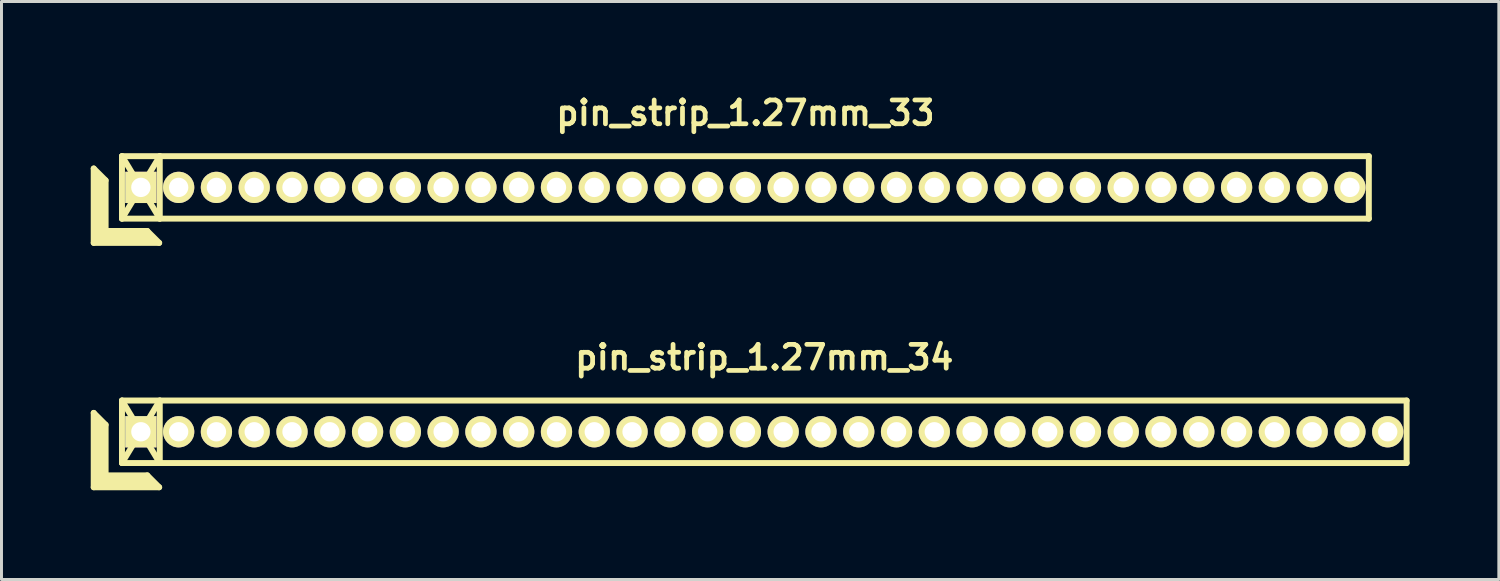
<source format=kicad_pcb>
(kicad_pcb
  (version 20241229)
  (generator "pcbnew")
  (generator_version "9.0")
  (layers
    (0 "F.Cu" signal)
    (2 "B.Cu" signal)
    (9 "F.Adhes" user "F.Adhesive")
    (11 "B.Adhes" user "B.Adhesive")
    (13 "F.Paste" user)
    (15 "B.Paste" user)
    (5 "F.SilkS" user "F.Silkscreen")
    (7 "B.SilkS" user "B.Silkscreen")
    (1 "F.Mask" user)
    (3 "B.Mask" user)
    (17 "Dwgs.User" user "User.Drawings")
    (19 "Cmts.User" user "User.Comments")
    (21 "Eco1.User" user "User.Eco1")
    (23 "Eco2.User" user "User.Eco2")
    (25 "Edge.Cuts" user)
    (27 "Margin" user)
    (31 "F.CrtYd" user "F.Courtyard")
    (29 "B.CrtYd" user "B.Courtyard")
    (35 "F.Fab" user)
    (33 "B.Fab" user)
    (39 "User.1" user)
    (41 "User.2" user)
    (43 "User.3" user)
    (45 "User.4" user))
  (footprint "pin_strip_1.27mm_33"
    (layer "F.Cu")
    (at 22.005 3.249)
    (property "Reference" "pin_strip_1.27mm_33" (at 0 -2.5 0) (layer "F.SilkS") (effects (font (size 0.8 0.8) (thickness 0.16))))
    (attr through_hole)
    (fp_line (start -21.905 -0.635) (end -21.905 1.865) (stroke (width 0.2) (type solid)) (layer "F.SilkS"))
    (fp_line (start -21.905 -0.635) (end -21.505 -0.235) (stroke (width 0.2) (type solid)) (layer "F.SilkS"))
    (fp_line (start -21.905 1.865) (end -19.705 1.865) (stroke (width 0.2) (type solid)) (layer "F.SilkS"))
    (fp_line (start -21.805 1.765) (end -21.805 -0.435) (stroke (width 0.2) (type solid)) (layer "F.SilkS"))
    (fp_line (start -21.805 1.765) (end -19.905 1.765) (stroke (width 0.2) (type solid)) (layer "F.SilkS"))
    (fp_line (start -21.705 1.665) (end -21.705 -0.335) (stroke (width 0.2) (type solid)) (layer "F.SilkS"))
    (fp_line (start -21.705 1.665) (end -20.005 1.665) (stroke (width 0.2) (type solid)) (layer "F.SilkS"))
    (fp_line (start -21.605 1.565) (end -21.605 -0.235) (stroke (width 0.2) (type solid)) (layer "F.SilkS"))
    (fp_line (start -21.605 1.565) (end -20.105 1.565) (stroke (width 0.2) (type solid)) (layer "F.SilkS"))
    (fp_line (start -21.505 1.465) (end -21.505 -0.235) (stroke (width 0.2) (type solid)) (layer "F.SilkS"))
    (fp_line (start -21.505 1.465) (end -20.105 1.465) (stroke (width 0.2) (type solid)) (layer "F.SilkS"))
    (fp_line (start -20.955 -1.05) (end -19.685 1.05) (stroke (width 0.2) (type solid)) (layer "F.SilkS"))
    (fp_line (start -20.955 -1.05) (end 20.955 -1.05) (stroke (width 0.2) (type solid)) (layer "F.SilkS"))
    (fp_line (start -20.955 1.05) (end -20.955 -1.05) (stroke (width 0.2) (type solid)) (layer "F.SilkS"))
    (fp_line (start -20.955 1.05) (end -19.685 -1.05) (stroke (width 0.2) (type solid)) (layer "F.SilkS"))
    (fp_line (start -20.105 1.465) (end -19.705 1.865) (stroke (width 0.2) (type solid)) (layer "F.SilkS"))
    (fp_line (start -19.685 -1.05) (end -19.685 1.05) (stroke (width 0.2) (type solid)) (layer "F.SilkS"))
    (fp_line (start 20.955 -1.05) (end 20.955 1.05) (stroke (width 0.2) (type solid)) (layer "F.SilkS"))
    (fp_line (start 20.955 1.05) (end -20.955 1.05) (stroke (width 0.2) (type solid)) (layer "F.SilkS"))
    (pad "1" thru_hole rect (at -20.32 0) (size 1.05 1.05) (drill 0.65) (layers "*.Cu" "*.Mask" "F.SilkS"))
    (pad "2" thru_hole oval (at -19.05 0) (size 1.05 1.05) (drill 0.65) (layers "*.Cu" "*.Mask" "F.SilkS"))
    (pad "3" thru_hole oval (at -17.78 0) (size 1.05 1.05) (drill 0.65) (layers "*.Cu" "*.Mask" "F.SilkS"))
    (pad "4" thru_hole oval (at -16.51 0) (size 1.05 1.05) (drill 0.65) (layers "*.Cu" "*.Mask" "F.SilkS"))
    (pad "5" thru_hole oval (at -15.24 0) (size 1.05 1.05) (drill 0.65) (layers "*.Cu" "*.Mask" "F.SilkS"))
    (pad "6" thru_hole oval (at -13.97 0) (size 1.05 1.05) (drill 0.65) (layers "*.Cu" "*.Mask" "F.SilkS"))
    (pad "7" thru_hole oval (at -12.7 0) (size 1.05 1.05) (drill 0.65) (layers "*.Cu" "*.Mask" "F.SilkS"))
    (pad "8" thru_hole oval (at -11.43 0) (size 1.05 1.05) (drill 0.65) (layers "*.Cu" "*.Mask" "F.SilkS"))
    (pad "9" thru_hole oval (at -10.16 0) (size 1.05 1.05) (drill 0.65) (layers "*.Cu" "*.Mask" "F.SilkS"))
    (pad "10" thru_hole oval (at -8.89 0) (size 1.05 1.05) (drill 0.65) (layers "*.Cu" "*.Mask" "F.SilkS"))
    (pad "11" thru_hole oval (at -7.62 0) (size 1.05 1.05) (drill 0.65) (layers "*.Cu" "*.Mask" "F.SilkS"))
    (pad "12" thru_hole oval (at -6.35 0) (size 1.05 1.05) (drill 0.65) (layers "*.Cu" "*.Mask" "F.SilkS"))
    (pad "13" thru_hole oval (at -5.08 0) (size 1.05 1.05) (drill 0.65) (layers "*.Cu" "*.Mask" "F.SilkS"))
    (pad "14" thru_hole oval (at -3.81 0) (size 1.05 1.05) (drill 0.65) (layers "*.Cu" "*.Mask" "F.SilkS"))
    (pad "15" thru_hole oval (at -2.54 0) (size 1.05 1.05) (drill 0.65) (layers "*.Cu" "*.Mask" "F.SilkS"))
    (pad "16" thru_hole oval (at -1.27 0) (size 1.05 1.05) (drill 0.65) (layers "*.Cu" "*.Mask" "F.SilkS"))
    (pad "17" thru_hole oval (at 0 0) (size 1.05 1.05) (drill 0.65) (layers "*.Cu" "*.Mask" "F.SilkS"))
    (pad "18" thru_hole oval (at 1.27 0) (size 1.05 1.05) (drill 0.65) (layers "*.Cu" "*.Mask" "F.SilkS"))
    (pad "19" thru_hole oval (at 2.54 0) (size 1.05 1.05) (drill 0.65) (layers "*.Cu" "*.Mask" "F.SilkS"))
    (pad "20" thru_hole oval (at 3.81 0) (size 1.05 1.05) (drill 0.65) (layers "*.Cu" "*.Mask" "F.SilkS"))
    (pad "21" thru_hole oval (at 5.08 0) (size 1.05 1.05) (drill 0.65) (layers "*.Cu" "*.Mask" "F.SilkS"))
    (pad "22" thru_hole oval (at 6.35 0) (size 1.05 1.05) (drill 0.65) (layers "*.Cu" "*.Mask" "F.SilkS"))
    (pad "23" thru_hole oval (at 7.62 0) (size 1.05 1.05) (drill 0.65) (layers "*.Cu" "*.Mask" "F.SilkS"))
    (pad "24" thru_hole oval (at 8.89 0) (size 1.05 1.05) (drill 0.65) (layers "*.Cu" "*.Mask" "F.SilkS"))
    (pad "25" thru_hole oval (at 10.16 0) (size 1.05 1.05) (drill 0.65) (layers "*.Cu" "*.Mask" "F.SilkS"))
    (pad "26" thru_hole oval (at 11.43 0) (size 1.05 1.05) (drill 0.65) (layers "*.Cu" "*.Mask" "F.SilkS"))
    (pad "27" thru_hole oval (at 12.7 0) (size 1.05 1.05) (drill 0.65) (layers "*.Cu" "*.Mask" "F.SilkS"))
    (pad "28" thru_hole oval (at 13.97 0) (size 1.05 1.05) (drill 0.65) (layers "*.Cu" "*.Mask" "F.SilkS"))
    (pad "29" thru_hole oval (at 15.24 0) (size 1.05 1.05) (drill 0.65) (layers "*.Cu" "*.Mask" "F.SilkS"))
    (pad "30" thru_hole oval (at 16.51 0) (size 1.05 1.05) (drill 0.65) (layers "*.Cu" "*.Mask" "F.SilkS"))
    (pad "31" thru_hole oval (at 17.78 0) (size 1.05 1.05) (drill 0.65) (layers "*.Cu" "*.Mask" "F.SilkS"))
    (pad "32" thru_hole oval (at 19.05 0) (size 1.05 1.05) (drill 0.65) (layers "*.Cu" "*.Mask" "F.SilkS"))
    (pad "33" thru_hole oval (at 20.32 0) (size 1.05 1.05) (drill 0.65) (layers "*.Cu" "*.Mask" "F.SilkS")))
  (footprint "pin_strip_1.27mm_34"
    (layer "F.Cu")
    (at 22.64 11.463)
    (property "Reference" "pin_strip_1.27mm_34" (at 0 -2.5 0) (layer "F.SilkS") (effects (font (size 0.8 0.8) (thickness 0.16))))
    (attr through_hole)
    (fp_line (start -22.54 -0.635) (end -22.54 1.865) (stroke (width 0.2) (type solid)) (layer "F.SilkS"))
    (fp_line (start -22.54 -0.635) (end -22.14 -0.235) (stroke (width 0.2) (type solid)) (layer "F.SilkS"))
    (fp_line (start -22.54 1.865) (end -20.34 1.865) (stroke (width 0.2) (type solid)) (layer "F.SilkS"))
    (fp_line (start -22.44 1.765) (end -22.44 -0.435) (stroke (width 0.2) (type solid)) (layer "F.SilkS"))
    (fp_line (start -22.44 1.765) (end -20.54 1.765) (stroke (width 0.2) (type solid)) (layer "F.SilkS"))
    (fp_line (start -22.34 1.665) (end -22.34 -0.335) (stroke (width 0.2) (type solid)) (layer "F.SilkS"))
    (fp_line (start -22.34 1.665) (end -20.64 1.665) (stroke (width 0.2) (type solid)) (layer "F.SilkS"))
    (fp_line (start -22.24 1.565) (end -22.24 -0.235) (stroke (width 0.2) (type solid)) (layer "F.SilkS"))
    (fp_line (start -22.24 1.565) (end -20.74 1.565) (stroke (width 0.2) (type solid)) (layer "F.SilkS"))
    (fp_line (start -22.14 1.465) (end -22.14 -0.235) (stroke (width 0.2) (type solid)) (layer "F.SilkS"))
    (fp_line (start -22.14 1.465) (end -20.74 1.465) (stroke (width 0.2) (type solid)) (layer "F.SilkS"))
    (fp_line (start -21.59 -1.05) (end -20.32 1.05) (stroke (width 0.2) (type solid)) (layer "F.SilkS"))
    (fp_line (start -21.59 -1.05) (end 21.59 -1.05) (stroke (width 0.2) (type solid)) (layer "F.SilkS"))
    (fp_line (start -21.59 1.05) (end -21.59 -1.05) (stroke (width 0.2) (type solid)) (layer "F.SilkS"))
    (fp_line (start -21.59 1.05) (end -20.32 -1.05) (stroke (width 0.2) (type solid)) (layer "F.SilkS"))
    (fp_line (start -20.74 1.465) (end -20.34 1.865) (stroke (width 0.2) (type solid)) (layer "F.SilkS"))
    (fp_line (start -20.32 -1.05) (end -20.32 1.05) (stroke (width 0.2) (type solid)) (layer "F.SilkS"))
    (fp_line (start 21.59 -1.05) (end 21.59 1.05) (stroke (width 0.2) (type solid)) (layer "F.SilkS"))
    (fp_line (start 21.59 1.05) (end -21.59 1.05) (stroke (width 0.2) (type solid)) (layer "F.SilkS"))
    (pad "1" thru_hole rect (at -20.955 0) (size 1.05 1.05) (drill 0.65) (layers "*.Cu" "*.Mask" "F.SilkS"))
    (pad "2" thru_hole oval (at -19.685 0) (size 1.05 1.05) (drill 0.65) (layers "*.Cu" "*.Mask" "F.SilkS"))
    (pad "3" thru_hole oval (at -18.415 0) (size 1.05 1.05) (drill 0.65) (layers "*.Cu" "*.Mask" "F.SilkS"))
    (pad "4" thru_hole oval (at -17.145 0) (size 1.05 1.05) (drill 0.65) (layers "*.Cu" "*.Mask" "F.SilkS"))
    (pad "5" thru_hole oval (at -15.875 0) (size 1.05 1.05) (drill 0.65) (layers "*.Cu" "*.Mask" "F.SilkS"))
    (pad "6" thru_hole oval (at -14.605 0) (size 1.05 1.05) (drill 0.65) (layers "*.Cu" "*.Mask" "F.SilkS"))
    (pad "7" thru_hole oval (at -13.335 0) (size 1.05 1.05) (drill 0.65) (layers "*.Cu" "*.Mask" "F.SilkS"))
    (pad "8" thru_hole oval (at -12.065 0) (size 1.05 1.05) (drill 0.65) (layers "*.Cu" "*.Mask" "F.SilkS"))
    (pad "9" thru_hole oval (at -10.795 0) (size 1.05 1.05) (drill 0.65) (layers "*.Cu" "*.Mask" "F.SilkS"))
    (pad "10" thru_hole oval (at -9.525 0) (size 1.05 1.05) (drill 0.65) (layers "*.Cu" "*.Mask" "F.SilkS"))
    (pad "11" thru_hole oval (at -8.255 0) (size 1.05 1.05) (drill 0.65) (layers "*.Cu" "*.Mask" "F.SilkS"))
    (pad "12" thru_hole oval (at -6.985 0) (size 1.05 1.05) (drill 0.65) (layers "*.Cu" "*.Mask" "F.SilkS"))
    (pad "13" thru_hole oval (at -5.715 0) (size 1.05 1.05) (drill 0.65) (layers "*.Cu" "*.Mask" "F.SilkS"))
    (pad "14" thru_hole oval (at -4.445 0) (size 1.05 1.05) (drill 0.65) (layers "*.Cu" "*.Mask" "F.SilkS"))
    (pad "15" thru_hole oval (at -3.175 0) (size 1.05 1.05) (drill 0.65) (layers "*.Cu" "*.Mask" "F.SilkS"))
    (pad "16" thru_hole oval (at -1.905 0) (size 1.05 1.05) (drill 0.65) (layers "*.Cu" "*.Mask" "F.SilkS"))
    (pad "17" thru_hole oval (at -0.635 0) (size 1.05 1.05) (drill 0.65) (layers "*.Cu" "*.Mask" "F.SilkS"))
    (pad "18" thru_hole oval (at 0.635 0) (size 1.05 1.05) (drill 0.65) (layers "*.Cu" "*.Mask" "F.SilkS"))
    (pad "19" thru_hole oval (at 1.905 0) (size 1.05 1.05) (drill 0.65) (layers "*.Cu" "*.Mask" "F.SilkS"))
    (pad "20" thru_hole oval (at 3.175 0) (size 1.05 1.05) (drill 0.65) (layers "*.Cu" "*.Mask" "F.SilkS"))
    (pad "21" thru_hole oval (at 4.445 0) (size 1.05 1.05) (drill 0.65) (layers "*.Cu" "*.Mask" "F.SilkS"))
    (pad "22" thru_hole oval (at 5.715 0) (size 1.05 1.05) (drill 0.65) (layers "*.Cu" "*.Mask" "F.SilkS"))
    (pad "23" thru_hole oval (at 6.985 0) (size 1.05 1.05) (drill 0.65) (layers "*.Cu" "*.Mask" "F.SilkS"))
    (pad "24" thru_hole oval (at 8.255 0) (size 1.05 1.05) (drill 0.65) (layers "*.Cu" "*.Mask" "F.SilkS"))
    (pad "25" thru_hole oval (at 9.525 0) (size 1.05 1.05) (drill 0.65) (layers "*.Cu" "*.Mask" "F.SilkS"))
    (pad "26" thru_hole oval (at 10.795 0) (size 1.05 1.05) (drill 0.65) (layers "*.Cu" "*.Mask" "F.SilkS"))
    (pad "27" thru_hole oval (at 12.065 0) (size 1.05 1.05) (drill 0.65) (layers "*.Cu" "*.Mask" "F.SilkS"))
    (pad "28" thru_hole oval (at 13.335 0) (size 1.05 1.05) (drill 0.65) (layers "*.Cu" "*.Mask" "F.SilkS"))
    (pad "29" thru_hole oval (at 14.605 0) (size 1.05 1.05) (drill 0.65) (layers "*.Cu" "*.Mask" "F.SilkS"))
    (pad "30" thru_hole oval (at 15.875 0) (size 1.05 1.05) (drill 0.65) (layers "*.Cu" "*.Mask" "F.SilkS"))
    (pad "31" thru_hole oval (at 17.145 0) (size 1.05 1.05) (drill 0.65) (layers "*.Cu" "*.Mask" "F.SilkS"))
    (pad "32" thru_hole oval (at 18.415 0) (size 1.05 1.05) (drill 0.65) (layers "*.Cu" "*.Mask" "F.SilkS"))
    (pad "33" thru_hole oval (at 19.685 0) (size 1.05 1.05) (drill 0.65) (layers "*.Cu" "*.Mask" "F.SilkS"))
    (pad "34" thru_hole oval (at 20.955 0) (size 1.05 1.05) (drill 0.65) (layers "*.Cu" "*.Mask" "F.SilkS")))
  (gr_rect
    (start -3 -3)
    (end 47.33 16.428)
    (stroke (width 0.1) (type default))
    (fill no)
    (layer "Edge.Cuts")))
</source>
